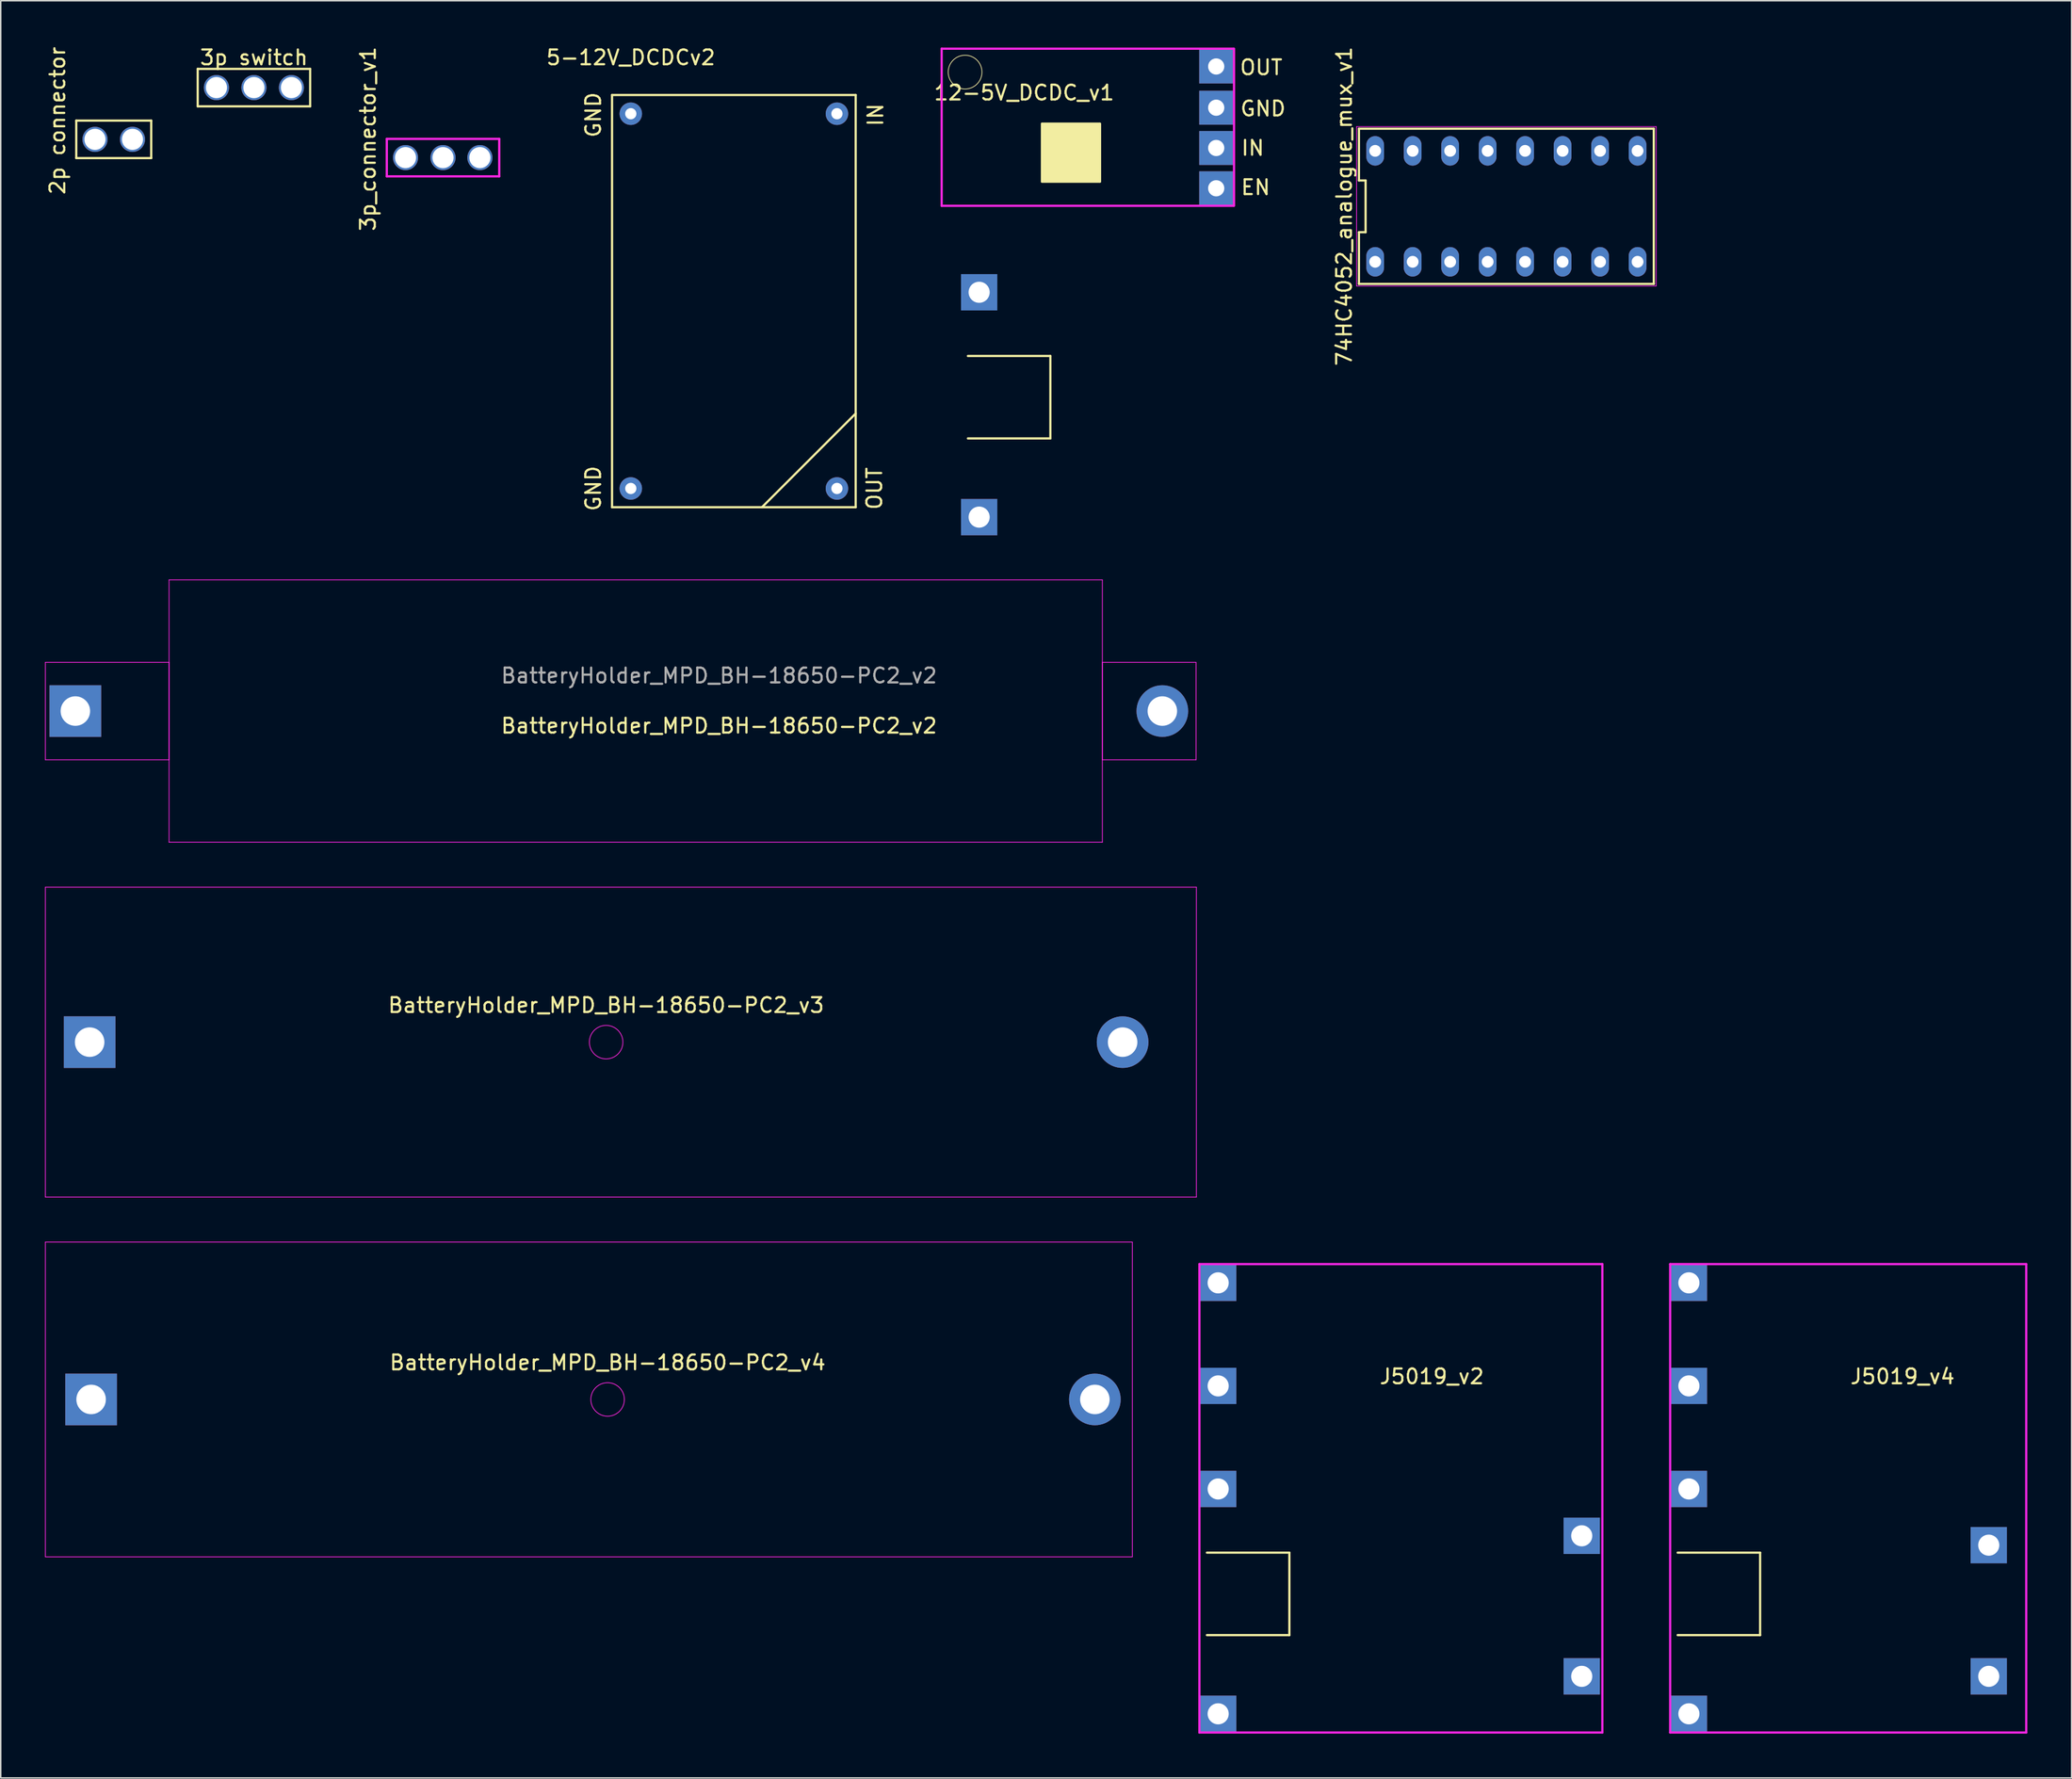
<source format=kicad_pcb>
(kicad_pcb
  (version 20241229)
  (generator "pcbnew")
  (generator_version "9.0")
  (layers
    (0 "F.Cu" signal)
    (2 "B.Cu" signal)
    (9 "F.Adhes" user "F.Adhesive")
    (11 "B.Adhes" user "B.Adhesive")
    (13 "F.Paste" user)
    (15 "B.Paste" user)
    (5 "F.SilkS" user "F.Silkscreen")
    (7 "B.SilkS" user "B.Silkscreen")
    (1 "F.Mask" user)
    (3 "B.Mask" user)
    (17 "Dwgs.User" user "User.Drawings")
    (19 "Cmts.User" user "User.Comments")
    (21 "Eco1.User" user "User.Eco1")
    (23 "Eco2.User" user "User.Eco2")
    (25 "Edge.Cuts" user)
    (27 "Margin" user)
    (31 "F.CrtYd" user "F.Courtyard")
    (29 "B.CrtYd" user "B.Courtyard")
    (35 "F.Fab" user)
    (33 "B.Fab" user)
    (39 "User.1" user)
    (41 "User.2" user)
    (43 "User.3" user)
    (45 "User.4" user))
  (footprint "5-12V_DCDCv2"
    (layer "F.Cu")
    (at 39.696 4.658)
    (property "Reference" "5-12V_DCDCv2" (at 0 -3.81 0) (layer "F.SilkS") (effects (font (size 1 1) (thickness 0.15))))
    (attr through_hole)
    (fp_line (start -1.27 -1.27) (end 15.24 -1.27) (stroke (width 0.15) (type solid)) (layer "F.SilkS"))
    (fp_line (start -1.27 26.67) (end -1.27 -1.27) (stroke (width 0.15) (type solid)) (layer "F.SilkS"))
    (fp_line (start 15.24 -1.27) (end 15.24 26.67) (stroke (width 0.15) (type solid)) (layer "F.SilkS"))
    (fp_line (start 15.24 20.32) (end 8.89 26.67) (stroke (width 0.15) (type solid)) (layer "F.SilkS"))
    (fp_line (start 15.24 26.67) (end -1.27 26.67) (stroke (width 0.15) (type solid)) (layer "F.SilkS"))
    (fp_text user "IN" (at 16.587 0.077 90) (layer "F.SilkS") (effects (font (size 1 1) (thickness 0.15))))
    (fp_text user "GND" (at -2.54 0.077 90) (layer "F.SilkS") (effects (font (size 1 1) (thickness 0.15))))
    (fp_text user "OUT" (at 16.51 25.4 90) (layer "F.SilkS") (effects (font (size 1 1) (thickness 0.15))))
    (fp_text user "GND" (at -2.54 25.4 90) (layer "F.SilkS") (effects (font (size 1 1) (thickness 0.15))))
    (pad "1" thru_hole circle (at 13.97 25.4) (size 1.524 1.524) (drill 0.762) (layers "*.Cu" "*.Mask"))
    (pad "2" thru_hole circle (at 13.97 0) (size 1.524 1.524) (drill 0.762) (layers "*.Cu" "*.Mask"))
    (pad "3" thru_hole circle (at 0 0) (size 1.524 1.524) (drill 0.762) (layers "*.Cu" "*.Mask"))
    (pad "4" thru_hole circle (at 0 25.4) (size 1.524 1.524) (drill 0.762) (layers "*.Cu" "*.Mask")))
  (footprint "BatteryHolder_MPD_BH-18650-PC2_v4"
    (layer "F.Cu")
    (at 38.125 91.803)
    (property "Reference" "BatteryHolder_MPD_BH-18650-PC2_v4" (at 0 -2.5 0) (layer "F.SilkS") (effects (font (size 1 1) (thickness 0.15))))
    (attr through_hole)
    (fp_line (start -38.1 -10.668) (end 35.56 -10.668) (stroke (width 0.05) (type solid)) (layer "F.CrtYd"))
    (fp_line (start -38.1 10.668) (end -38.1 -10.668) (stroke (width 0.05) (type solid)) (layer "F.CrtYd"))
    (fp_line (start -38.1 10.668) (end 35.56 10.668) (stroke (width 0.05) (type solid)) (layer "F.CrtYd"))
    (fp_line (start 35.56 10.668) (end 35.56 -10.668) (stroke (width 0.05) (type solid)) (layer "F.CrtYd"))
    (fp_circle (center 0 0) (end -1.016 -0.508) (stroke (width 0.05) (type solid)) (fill no) (layer "F.CrtYd"))
    (pad "1" thru_hole rect (at -35 0) (size 3.5 3.5) (drill 2) (layers "*.Cu" "*.Mask"))
    (pad "2" thru_hole circle (at 33.02 0) (size 3.5 3.5) (drill 2) (layers "*.Cu" "*.Mask")))
  (footprint "BatteryHolder_MPD_BH-18650-PC2_v2"
    (layer "F.Cu")
    (at 9.677 45.145)
    (property "Reference" "BatteryHolder_MPD_BH-18650-PC2_v2" (at 36 1 0) (layer "F.SilkS") (effects (font (size 1 1) (thickness 0.15))))
    (attr through_hole)
    (fp_line (start -9.652 -3.302) (end -9.652 3.302) (stroke (width 0.05) (type solid)) (layer "F.CrtYd"))
    (fp_line (start -9.652 3.302) (end -1.27 3.302) (stroke (width 0.05) (type solid)) (layer "F.CrtYd"))
    (fp_line (start -1.27 -8.89) (end 61.976 -8.89) (stroke (width 0.05) (type solid)) (layer "F.CrtYd"))
    (fp_line (start -1.27 -3.302) (end -9.652 -3.302) (stroke (width 0.05) (type solid)) (layer "F.CrtYd"))
    (fp_line (start -1.27 3.302) (end -1.27 -3.302) (stroke (width 0.05) (type solid)) (layer "F.CrtYd"))
    (fp_line (start -1.27 8.89) (end -1.27 -8.89) (stroke (width 0.05) (type solid)) (layer "F.CrtYd"))
    (fp_line (start 61.976 -8.89) (end 61.976 8.89) (stroke (width 0.05) (type solid)) (layer "F.CrtYd"))
    (fp_line (start 61.976 -3.302) (end 61.976 3.302) (stroke (width 0.05) (type solid)) (layer "F.CrtYd"))
    (fp_line (start 61.976 -3.302) (end 68.326 -3.302) (stroke (width 0.05) (type solid)) (layer "F.CrtYd"))
    (fp_line (start 61.976 3.302) (end 68.326 3.302) (stroke (width 0.05) (type solid)) (layer "F.CrtYd"))
    (fp_line (start 61.976 8.89) (end -1.27 8.89) (stroke (width 0.05) (type solid)) (layer "F.CrtYd"))
    (fp_line (start 68.326 3.302) (end 68.326 -3.302) (stroke (width 0.05) (type solid)) (layer "F.CrtYd"))
    (fp_text user "${REFERENCE}" (at 36 -2.4 0) (layer "F.Fab") (effects (font (size 1 1) (thickness 0.15))))
    (pad "1" thru_hole rect (at -7.62 0) (size 3.5 3.5) (drill 2) (layers "*.Cu" "*.Mask"))
    (pad "2" thru_hole circle (at 66.04 0) (size 3.5 3.5) (drill 2) (layers "*.Cu" "*.Mask")))
  (footprint "J5019_v4"
    (layer "F.Cu")
    (at 108.86 81.36)
    (property "Reference" "J5019_v4" (at 17.018 8.89 0) (layer "F.SilkS") (effects (font (size 1 1) (thickness 0.15))))
    (attr through_hole)
    (fp_line (start 1.778 20.828) (end 7.366 20.828) (stroke (width 0.15) (type solid)) (layer "F.SilkS"))
    (fp_line (start 7.366 20.828) (end 7.366 26.416) (stroke (width 0.15) (type solid)) (layer "F.SilkS"))
    (fp_line (start 7.366 26.416) (end 1.778 26.416) (stroke (width 0.15) (type solid)) (layer "F.SilkS"))
    (fp_line (start 1.27 1.27) (end 1.27 33.02) (stroke (width 0.15) (type solid)) (layer "F.CrtYd"))
    (fp_line (start 1.27 33.02) (end 25.4 33.02) (stroke (width 0.15) (type solid)) (layer "F.CrtYd"))
    (fp_line (start 25.4 1.27) (end 1.27 1.27) (stroke (width 0.15) (type solid)) (layer "F.CrtYd"))
    (fp_line (start 25.4 1.27) (end 25.4 33.02) (stroke (width 0.15) (type solid)) (layer "F.CrtYd"))
    (pad "1" thru_hole rect (at 2.54 9.525) (size 2.46 2.46) (drill 1.43) (layers "*.Cu" "*.Mask"))
    (pad "2" thru_hole rect (at 22.86 29.21) (size 2.46 2.46) (drill 1.43) (layers "*.Cu" "*.Mask"))
    (pad "3" thru_hole rect (at 22.86 20.32) (size 2.46 2.46) (drill 1.43) (layers "*.Cu" "*.Mask"))
    (pad "4" thru_hole rect (at 2.54 2.54) (size 2.46 2.46) (drill 1.43) (layers "*.Cu" "*.Mask"))
    (pad "5" thru_hole rect (at 2.54 16.51) (size 2.46 2.46) (drill 1.43) (layers "*.Cu" "*.Mask"))
    (pad "6" thru_hole rect (at 2.54 31.75) (size 2.46 2.46) (drill 1.43) (layers "*.Cu" "*.Mask")))
  (footprint "74HC4052_analogue_mux_v1"
    (layer "F.Cu")
    (at 99.031 10.935)
    (property "Reference" "74HC4052_analogue_mux_v1" (at -10.99 0 90) (layer "F.SilkS") (effects (font (size 1 1) (thickness 0.15))))
    (attr through_hole)
    (fp_line (start -9.99 -5.26) (end -9.99 -1.753) (stroke (width 0.15) (type solid)) (layer "F.SilkS"))
    (fp_line (start -9.99 -1.753) (end -9.54 -1.753) (stroke (width 0.15) (type solid)) (layer "F.SilkS"))
    (fp_line (start -9.99 1.753) (end -9.99 5.26) (stroke (width 0.15) (type solid)) (layer "F.SilkS"))
    (fp_line (start -9.99 5.26) (end 9.99 5.26) (stroke (width 0.15) (type solid)) (layer "F.SilkS"))
    (fp_line (start -9.54 -1.753) (end -9.54 1.753) (stroke (width 0.15) (type solid)) (layer "F.SilkS"))
    (fp_line (start -9.54 1.753) (end -9.99 1.753) (stroke (width 0.15) (type solid)) (layer "F.SilkS"))
    (fp_line (start 9.99 -5.26) (end -9.99 -5.26) (stroke (width 0.15) (type solid)) (layer "F.SilkS"))
    (fp_line (start 9.99 5.26) (end 9.99 -5.26) (stroke (width 0.15) (type solid)) (layer "F.SilkS"))
    (fp_line (start -10.15 -5.4) (end 10.15 -5.4) (stroke (width 0.05) (type solid)) (layer "F.CrtYd"))
    (fp_line (start -10.15 5.4) (end -10.15 -5.4) (stroke (width 0.05) (type solid)) (layer "F.CrtYd"))
    (fp_line (start 10.15 -5.4) (end 10.15 5.4) (stroke (width 0.05) (type solid)) (layer "F.CrtYd"))
    (fp_line (start 10.15 5.4) (end -10.15 5.4) (stroke (width 0.05) (type solid)) (layer "F.CrtYd"))
    (pad "1" thru_hole oval (at -8.89 3.76) (size 1.2 2) (drill 0.8) (layers "*.Cu" "*.Mask"))
    (pad "2" thru_hole oval (at -6.35 3.76) (size 1.2 2) (drill 0.8) (layers "*.Cu" "*.Mask"))
    (pad "3" thru_hole oval (at -3.81 3.76) (size 1.2 2) (drill 0.8) (layers "*.Cu" "*.Mask"))
    (pad "4" thru_hole oval (at -1.27 3.76) (size 1.2 2) (drill 0.8) (layers "*.Cu" "*.Mask"))
    (pad "5" thru_hole oval (at 1.27 3.76) (size 1.2 2) (drill 0.8) (layers "*.Cu" "*.Mask"))
    (pad "6" thru_hole oval (at 3.81 3.76) (size 1.2 2) (drill 0.8) (layers "*.Cu" "*.Mask"))
    (pad "7" thru_hole oval (at 6.35 3.76) (size 1.2 2) (drill 0.8) (layers "*.Cu" "*.Mask"))
    (pad "8" thru_hole oval (at 8.89 3.76) (size 1.2 2) (drill 0.8) (layers "*.Cu" "*.Mask"))
    (pad "9" thru_hole oval (at 8.89 -3.76) (size 1.2 2) (drill 0.8) (layers "*.Cu" "*.Mask"))
    (pad "10" thru_hole oval (at 6.35 -3.76) (size 1.2 2) (drill 0.8) (layers "*.Cu" "*.Mask"))
    (pad "11" thru_hole oval (at 3.81 -3.76) (size 1.2 2) (drill 0.8) (layers "*.Cu" "*.Mask"))
    (pad "12" thru_hole oval (at 1.27 -3.76) (size 1.2 2) (drill 0.8) (layers "*.Cu" "*.Mask"))
    (pad "13" thru_hole oval (at -1.27 -3.76) (size 1.2 2) (drill 0.8) (layers "*.Cu" "*.Mask"))
    (pad "14" thru_hole oval (at -3.81 -3.76) (size 1.2 2) (drill 0.8) (layers "*.Cu" "*.Mask"))
    (pad "15" thru_hole oval (at -6.35 -3.76) (size 1.2 2) (drill 0.8) (layers "*.Cu" "*.Mask"))
    (pad "16" thru_hole oval (at -8.89 -3.76) (size 1.2 2) (drill 0.8) (layers "*.Cu" "*.Mask")))
  (footprint "2p connector"
    (layer "F.Cu")
    (at 5.928 3.855)
    (property "Reference" "2p connector" (at -5.08 1.27 90) (layer "F.SilkS") (effects (font (size 1 1) (thickness 0.15))))
    (attr through_hole)
    (fp_line (start -3.81 1.27) (end 1.27 1.27) (stroke (width 0.15) (type solid)) (layer "F.SilkS"))
    (fp_line (start -3.81 3.81) (end -3.81 1.27) (stroke (width 0.15) (type solid)) (layer "F.SilkS"))
    (fp_line (start 1.27 1.27) (end 1.27 3.81) (stroke (width 0.15) (type solid)) (layer "F.SilkS"))
    (fp_line (start 1.27 3.81) (end -3.81 3.81) (stroke (width 0.15) (type solid)) (layer "F.SilkS"))
    (pad "1" thru_hole circle (at -2.54 2.54) (size 1.7 1.7) (drill 1.43) (layers "*.Cu" "*.Mask"))
    (pad "2" thru_hole circle (at 0 2.54) (size 1.7 1.7) (drill 1.43) (layers "*.Cu" "*.Mask")))
  (footprint "12-5V_DCDC_v1"
    (layer "F.Cu")
    (at 60.763 0.25)
    (property "Reference" "12-5V_DCDC_v1" (at 5.588 2.985 0) (layer "F.SilkS") (effects (font (size 1 1) (thickness 0.15))))
    (attr through_hole)
    (fp_line (start 1.778 20.828) (end 7.366 20.828) (stroke (width 0.15) (type solid)) (layer "F.SilkS"))
    (fp_line (start 7.366 20.828) (end 7.366 26.416) (stroke (width 0.15) (type solid)) (layer "F.SilkS"))
    (fp_line (start 7.366 26.416) (end 1.778 26.416) (stroke (width 0.15) (type solid)) (layer "F.SilkS"))
    (fp_circle (center 1.587 1.587) (end 0.953 0.635) (stroke (width 0.05) (type solid)) (fill no) (layer "F.SilkS"))
    (fp_poly (pts (xy 6.795 5.08) (xy 6.795 9.017) (xy 10.732 9.017) (xy 10.732 5.08)) (stroke (width 0.15) (type solid)) (fill yes) (layer "F.SilkS"))
    (fp_line (start 0 0) (end 0 10.65) (stroke (width 0.15) (type solid)) (layer "F.CrtYd"))
    (fp_line (start 0 0) (end 19.77 0) (stroke (width 0.15) (type solid)) (layer "F.CrtYd"))
    (fp_line (start 0 10.65) (end 19.77 10.65) (stroke (width 0.15) (type solid)) (layer "F.CrtYd"))
    (fp_line (start 19.812 0) (end 19.812 10.65) (stroke (width 0.15) (type solid)) (layer "F.CrtYd"))
    (fp_text user "IN" (at 21.082 6.731 0) (layer "F.SilkS") (effects (font (size 1 1) (thickness 0.15))))
    (fp_text user "EN" (at 21.273 9.398 0) (layer "F.SilkS") (effects (font (size 1 1) (thickness 0.15))))
    (fp_text user "OUT" (at 21.654 1.27 0) (layer "F.SilkS") (effects (font (size 1 1) (thickness 0.15))))
    (fp_text user "GND" (at 21.78 4.064 0) (layer "F.SilkS") (effects (font (size 1 1) (thickness 0.15))))
    (pad "1" thru_hole rect (at 18.605 1.206) (size 2.3 2.3) (drill 1.1) (layers "*.Cu" "*.Mask"))
    (pad "2" thru_hole rect (at 18.605 4) (size 2.3 2.3) (drill 1.1) (layers "*.Cu" "*.Mask"))
    (pad "3" thru_hole rect (at 18.605 6.731) (size 2.3 2.3) (drill 1.1) (layers "*.Cu" "*.Mask"))
    (pad "4" thru_hole rect (at 18.605 9.461) (size 2.3 2.3) (drill 1.1) (layers "*.Cu" "*.Mask"))
    (pad "5" thru_hole rect (at 2.54 16.51) (size 2.46 2.46) (drill 1.43) (layers "*.Cu" "*.Mask"))
    (pad "6" thru_hole rect (at 2.54 31.75) (size 2.46 2.46) (drill 1.43) (layers "*.Cu" "*.Mask")))
  (footprint "3p_connector_v1"
    (layer "F.Cu")
    (at 26.971 5.093)
    (property "Reference" "3p_connector_v1" (at -5.08 1.27 90) (layer "F.SilkS") (effects (font (size 1 1) (thickness 0.15))))
    (attr through_hole)
    (fp_line (start -3.81 1.27) (end 3.81 1.27) (stroke (width 0.15) (type solid)) (layer "F.CrtYd"))
    (fp_line (start -3.81 3.81) (end -3.81 1.27) (stroke (width 0.15) (type solid)) (layer "F.CrtYd"))
    (fp_line (start 3.81 1.27) (end 3.81 3.81) (stroke (width 0.15) (type solid)) (layer "F.CrtYd"))
    (fp_line (start 3.81 3.81) (end -3.81 3.81) (stroke (width 0.15) (type solid)) (layer "F.CrtYd"))
    (pad "1" thru_hole circle (at -2.54 2.54) (size 1.7 1.7) (drill 1.43) (layers "*.Cu" "*.Mask"))
    (pad "2" thru_hole circle (at 0 2.54) (size 1.7 1.7) (drill 1.43) (layers "*.Cu" "*.Mask"))
    (pad "3" thru_hole circle (at 2.5 2.54) (size 1.7 1.7) (drill 1.43) (layers "*.Cu" "*.Mask")))
  (footprint "J5019_v2"
    (layer "F.Cu")
    (at 76.96 81.36)
    (property "Reference" "J5019_v2" (at 17.018 8.89 0) (layer "F.SilkS") (effects (font (size 1 1) (thickness 0.15))))
    (attr through_hole)
    (fp_line (start 1.778 20.828) (end 7.366 20.828) (stroke (width 0.15) (type solid)) (layer "F.SilkS"))
    (fp_line (start 7.366 20.828) (end 7.366 26.416) (stroke (width 0.15) (type solid)) (layer "F.SilkS"))
    (fp_line (start 7.366 26.416) (end 1.778 26.416) (stroke (width 0.15) (type solid)) (layer "F.SilkS"))
    (fp_line (start 1.27 1.27) (end 1.27 33.02) (stroke (width 0.15) (type solid)) (layer "F.CrtYd"))
    (fp_line (start 1.27 33.02) (end 28.575 33.02) (stroke (width 0.15) (type solid)) (layer "F.CrtYd"))
    (fp_line (start 28.575 1.27) (end 1.27 1.27) (stroke (width 0.15) (type solid)) (layer "F.CrtYd"))
    (fp_line (start 28.575 1.27) (end 28.575 33.02) (stroke (width 0.15) (type solid)) (layer "F.CrtYd"))
    (pad "1" thru_hole rect (at 2.54 9.525) (size 2.46 2.46) (drill 1.43) (layers "*.Cu" "*.Mask"))
    (pad "2" thru_hole rect (at 27.178 29.21) (size 2.46 2.46) (drill 1.43) (layers "*.Cu" "*.Mask"))
    (pad "3" thru_hole rect (at 27.178 19.685) (size 2.46 2.46) (drill 1.43) (layers "*.Cu" "*.Mask"))
    (pad "4" thru_hole rect (at 2.54 2.54) (size 2.46 2.46) (drill 1.43) (layers "*.Cu" "*.Mask"))
    (pad "5" thru_hole rect (at 2.54 16.51) (size 2.46 2.46) (drill 1.43) (layers "*.Cu" "*.Mask"))
    (pad "6" thru_hole rect (at 2.54 31.75) (size 2.46 2.46) (drill 1.43) (layers "*.Cu" "*.Mask")))
  (footprint "3p switch"
    (layer "F.Cu")
    (at 14.158 0.348)
    (property "Reference" "3p switch" (at 0 0.5 0) (layer "F.SilkS") (effects (font (size 1 1) (thickness 0.15))))
    (attr through_hole)
    (fp_line (start -3.81 1.27) (end 3.81 1.27) (stroke (width 0.15) (type solid)) (layer "F.SilkS"))
    (fp_line (start -3.81 3.81) (end -3.81 1.27) (stroke (width 0.15) (type solid)) (layer "F.SilkS"))
    (fp_line (start 3.81 1.27) (end 3.81 3.81) (stroke (width 0.15) (type solid)) (layer "F.SilkS"))
    (fp_line (start 3.81 3.81) (end -3.81 3.81) (stroke (width 0.15) (type solid)) (layer "F.SilkS"))
    (pad "1" thru_hole circle (at -2.54 2.54) (size 1.7 1.7) (drill 1.43) (layers "*.Cu" "*.Mask"))
    (pad "2" thru_hole circle (at 0 2.54) (size 1.7 1.7) (drill 1.43) (layers "*.Cu" "*.Mask"))
    (pad "3" thru_hole circle (at 2.54 2.54) (size 1.7 1.7) (drill 1.43) (layers "*.Cu" "*.Mask")))
  (footprint "BatteryHolder_MPD_BH-18650-PC2_v3"
    (layer "F.Cu")
    (at 38.025 67.585)
    (property "Reference" "BatteryHolder_MPD_BH-18650-PC2_v3" (at 0 -2.5 0) (layer "F.SilkS") (effects (font (size 1 1) (thickness 0.15))))
    (attr through_hole)
    (fp_line (start -38 -10.5) (end 40 -10.5) (stroke (width 0.05) (type solid)) (layer "F.CrtYd"))
    (fp_line (start -38 10.5) (end -38 -10.5) (stroke (width 0.05) (type solid)) (layer "F.CrtYd"))
    (fp_line (start -38 10.5) (end 40 10.5) (stroke (width 0.05) (type solid)) (layer "F.CrtYd"))
    (fp_line (start 40 10.5) (end 40 -10.5) (stroke (width 0.05) (type solid)) (layer "F.CrtYd"))
    (fp_circle (center 0 0) (end -1.016 -0.508) (stroke (width 0.05) (type solid)) (fill no) (layer "F.CrtYd"))
    (pad "1" thru_hole rect (at -35 0) (size 3.5 3.5) (drill 2) (layers "*.Cu" "*.Mask"))
    (pad "2" thru_hole circle (at 35 0) (size 3.5 3.5) (drill 2) (layers "*.Cu" "*.Mask")))
  (gr_rect
    (start -3 -3)
    (end 137.335 117.455)
    (stroke (width 0.1) (type default))
    (fill no)
    (layer "Edge.Cuts")))
</source>
